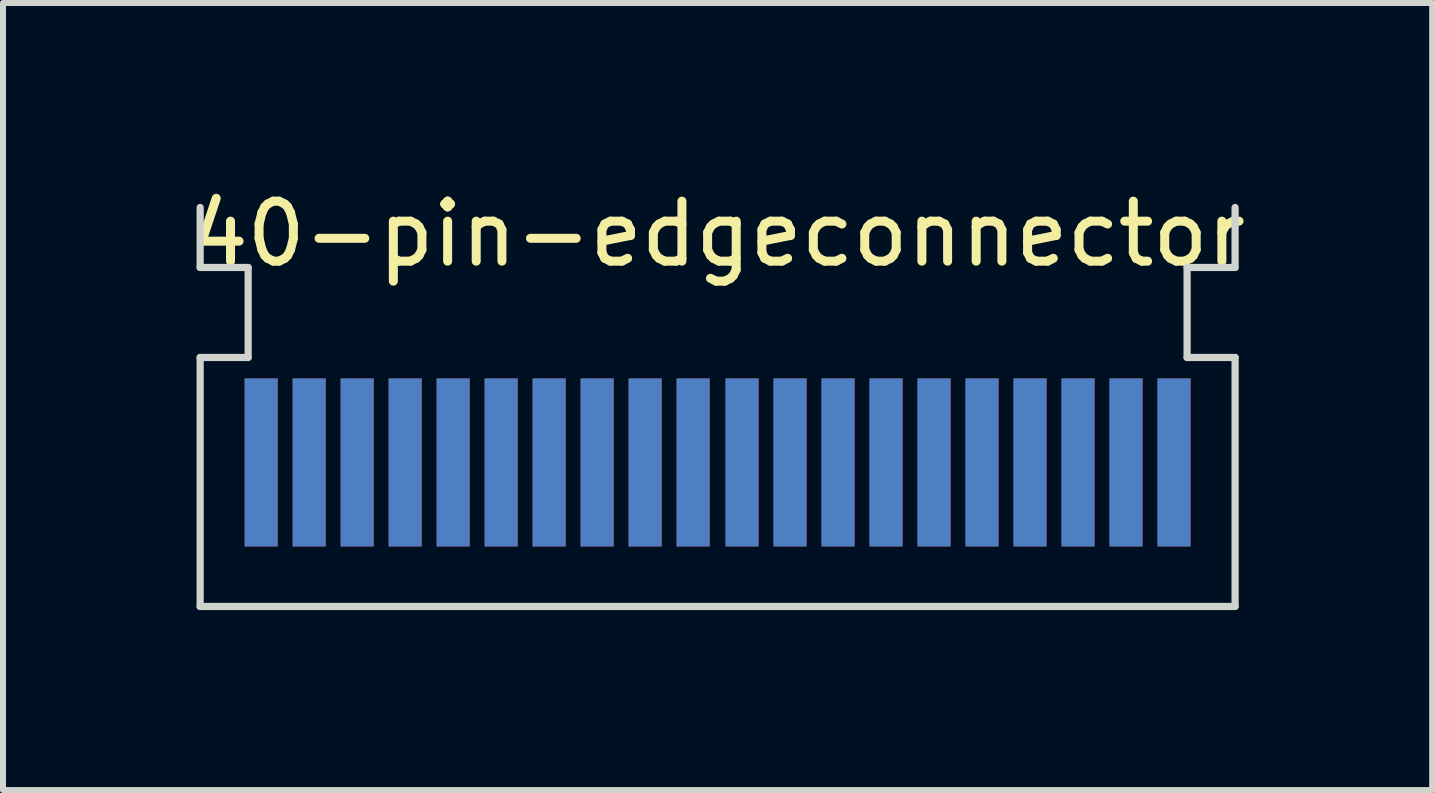
<source format=kicad_pcb>
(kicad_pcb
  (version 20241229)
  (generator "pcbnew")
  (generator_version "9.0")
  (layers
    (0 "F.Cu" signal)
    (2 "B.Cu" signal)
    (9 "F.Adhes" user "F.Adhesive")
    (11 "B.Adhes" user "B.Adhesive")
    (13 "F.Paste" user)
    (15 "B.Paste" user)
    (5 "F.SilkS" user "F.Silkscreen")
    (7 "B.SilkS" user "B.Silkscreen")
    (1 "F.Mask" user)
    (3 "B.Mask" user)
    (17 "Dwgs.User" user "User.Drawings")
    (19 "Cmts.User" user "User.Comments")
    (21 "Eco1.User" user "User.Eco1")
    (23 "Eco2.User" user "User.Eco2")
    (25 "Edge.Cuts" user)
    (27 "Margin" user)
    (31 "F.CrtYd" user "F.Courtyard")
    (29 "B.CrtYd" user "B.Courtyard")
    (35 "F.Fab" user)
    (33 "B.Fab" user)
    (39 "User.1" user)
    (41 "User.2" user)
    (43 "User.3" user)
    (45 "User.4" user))
  (footprint "40-pin-edgeconnector"
    (layer "F.Cu")
    (at 8.911 2.118)
    (property "Reference" "40-pin-edgeconnector" (at 0 -1.27 0) (unlocked yes) (layer "F.SilkS") (effects (font (size 1 1) (thickness 0.15))))
    (attr smd)
    (fp_line (start -8.625 -0.71) (end -8.625 -1.71) (stroke (width 0.12) (type default)) (layer "Edge.Cuts"))
    (fp_line (start -8.625 0.79) (end -7.825 0.79) (stroke (width 0.12) (type default)) (layer "Edge.Cuts"))
    (fp_line (start -8.625 4.94) (end -8.625 0.79) (stroke (width 0.12) (type default)) (layer "Edge.Cuts"))
    (fp_line (start -8.625 4.94) (end 8.625 4.94) (stroke (width 0.12) (type default)) (layer "Edge.Cuts"))
    (fp_line (start -7.825 -0.71) (end -8.625 -0.71) (stroke (width 0.12) (type default)) (layer "Edge.Cuts"))
    (fp_line (start -7.825 0.79) (end -7.825 -0.71) (stroke (width 0.12) (type default)) (layer "Edge.Cuts"))
    (fp_line (start 7.825 -0.71) (end 8.625 -0.71) (stroke (width 0.12) (type default)) (layer "Edge.Cuts"))
    (fp_line (start 7.825 0.79) (end 7.825 -0.71) (stroke (width 0.12) (type default)) (layer "Edge.Cuts"))
    (fp_line (start 8.625 -0.71) (end 8.625 -1.71) (stroke (width 0.12) (type default)) (layer "Edge.Cuts"))
    (fp_line (start 8.625 0.79) (end 7.825 0.79) (stroke (width 0.12) (type default)) (layer "Edge.Cuts"))
    (fp_line (start 8.625 4.94) (end 8.625 0.79) (stroke (width 0.12) (type default)) (layer "Edge.Cuts"))
    (pad "1" smd rect (at -7.605 2.54 90) (size 2.8 0.55) (layers "F.Cu" "F.Mask" "F.Paste"))
    (pad "2" smd rect (at -6.805 2.54 90) (size 2.8 0.55) (layers "F.Cu" "F.Mask" "F.Paste"))
    (pad "3" smd rect (at -6.005 2.54 90) (size 2.8 0.55) (layers "F.Cu" "F.Mask" "F.Paste"))
    (pad "4" smd rect (at -5.205 2.54 90) (size 2.8 0.55) (layers "F.Cu" "F.Mask" "F.Paste"))
    (pad "5" smd rect (at -4.405 2.54 90) (size 2.8 0.55) (layers "F.Cu" "F.Mask" "F.Paste"))
    (pad "6" smd rect (at -3.605 2.54 90) (size 2.8 0.55) (layers "F.Cu" "F.Mask" "F.Paste"))
    (pad "7" smd rect (at -2.805 2.54 90) (size 2.8 0.55) (layers "F.Cu" "F.Mask" "F.Paste"))
    (pad "8" smd rect (at -2.005 2.54 90) (size 2.8 0.55) (layers "F.Cu" "F.Mask" "F.Paste"))
    (pad "9" smd rect (at -1.205 2.54 90) (size 2.8 0.55) (layers "F.Cu" "F.Mask" "F.Paste"))
    (pad "10" smd rect (at -0.405 2.54 90) (size 2.8 0.55) (layers "F.Cu" "F.Mask" "F.Paste"))
    (pad "11" smd rect (at 0.41 2.54 90) (size 2.8 0.55) (layers "F.Cu" "F.Mask" "F.Paste"))
    (pad "12" smd rect (at 1.21 2.54 90) (size 2.8 0.55) (layers "F.Cu" "F.Mask" "F.Paste"))
    (pad "13" smd rect (at 2.01 2.54 90) (size 2.8 0.55) (layers "F.Cu" "F.Mask" "F.Paste"))
    (pad "14" smd rect (at 2.81 2.54 90) (size 2.8 0.55) (layers "F.Cu" "F.Mask" "F.Paste"))
    (pad "15" smd rect (at 3.61 2.54 90) (size 2.8 0.55) (layers "F.Cu" "F.Mask" "F.Paste"))
    (pad "16" smd rect (at 4.41 2.54 90) (size 2.8 0.55) (layers "F.Cu" "F.Mask" "F.Paste"))
    (pad "17" smd rect (at 5.21 2.54 90) (size 2.8 0.55) (layers "F.Cu" "F.Mask" "F.Paste"))
    (pad "18" smd rect (at 6.01 2.54 90) (size 2.8 0.55) (layers "F.Cu" "F.Mask" "F.Paste"))
    (pad "19" smd rect (at 6.81 2.54 90) (size 2.8 0.55) (layers "F.Cu" "F.Mask" "F.Paste"))
    (pad "20" smd rect (at 7.61 2.54 90) (size 2.8 0.55) (layers "F.Cu" "F.Mask" "F.Paste"))
    (pad "21" smd rect (at -7.61 2.54 270) (size 2.8 0.55) (layers "B.Cu" "B.Mask" "B.Paste"))
    (pad "22" smd rect (at -6.81 2.54 270) (size 2.8 0.55) (layers "B.Cu" "B.Mask" "B.Paste"))
    (pad "23" smd rect (at -6.01 2.54 270) (size 2.8 0.55) (layers "B.Cu" "B.Mask" "B.Paste"))
    (pad "24" smd rect (at -5.21 2.54 270) (size 2.8 0.55) (layers "B.Cu" "B.Mask" "B.Paste"))
    (pad "25" smd rect (at -4.41 2.54 270) (size 2.8 0.55) (layers "B.Cu" "B.Mask" "B.Paste"))
    (pad "26" smd rect (at -3.61 2.54 270) (size 2.8 0.55) (layers "B.Cu" "B.Mask" "B.Paste"))
    (pad "27" smd rect (at -2.81 2.54 270) (size 2.8 0.55) (layers "B.Cu" "B.Mask" "B.Paste"))
    (pad "28" smd rect (at -2.01 2.54 270) (size 2.8 0.55) (layers "B.Cu" "B.Mask" "B.Paste"))
    (pad "29" smd rect (at -1.21 2.54 270) (size 2.8 0.55) (layers "B.Cu" "B.Mask" "B.Paste"))
    (pad "30" smd rect (at -0.41 2.54 270) (size 2.8 0.55) (layers "B.Cu" "B.Mask" "B.Paste"))
    (pad "31" smd rect (at 0.405 2.54 270) (size 2.8 0.55) (layers "B.Cu" "B.Mask" "B.Paste"))
    (pad "32" smd rect (at 1.205 2.54 270) (size 2.8 0.55) (layers "B.Cu" "B.Mask" "B.Paste"))
    (pad "33" smd rect (at 2.005 2.54 270) (size 2.8 0.55) (layers "B.Cu" "B.Mask" "B.Paste"))
    (pad "34" smd rect (at 2.805 2.54 270) (size 2.8 0.55) (layers "B.Cu" "B.Mask" "B.Paste"))
    (pad "35" smd rect (at 3.605 2.54 270) (size 2.8 0.55) (layers "B.Cu" "B.Mask" "B.Paste"))
    (pad "36" smd rect (at 4.405 2.54 270) (size 2.8 0.55) (layers "B.Cu" "B.Mask" "B.Paste"))
    (pad "37" smd rect (at 5.205 2.54 270) (size 2.8 0.55) (layers "B.Cu" "B.Mask" "B.Paste"))
    (pad "38" smd rect (at 6.005 2.54 270) (size 2.8 0.55) (layers "B.Cu" "B.Mask" "B.Paste"))
    (pad "39" smd rect (at 6.805 2.54 270) (size 2.8 0.55) (layers "B.Cu" "B.Mask" "B.Paste"))
    (pad "40" smd rect (at 7.605 2.54 270) (size 2.8 0.55) (layers "B.Cu" "B.Mask" "B.Paste")))
  (gr_rect
    (start -3 -3)
    (end 20.821 10.118)
    (stroke (width 0.1) (type default))
    (fill no)
    (layer "Edge.Cuts")))
</source>
